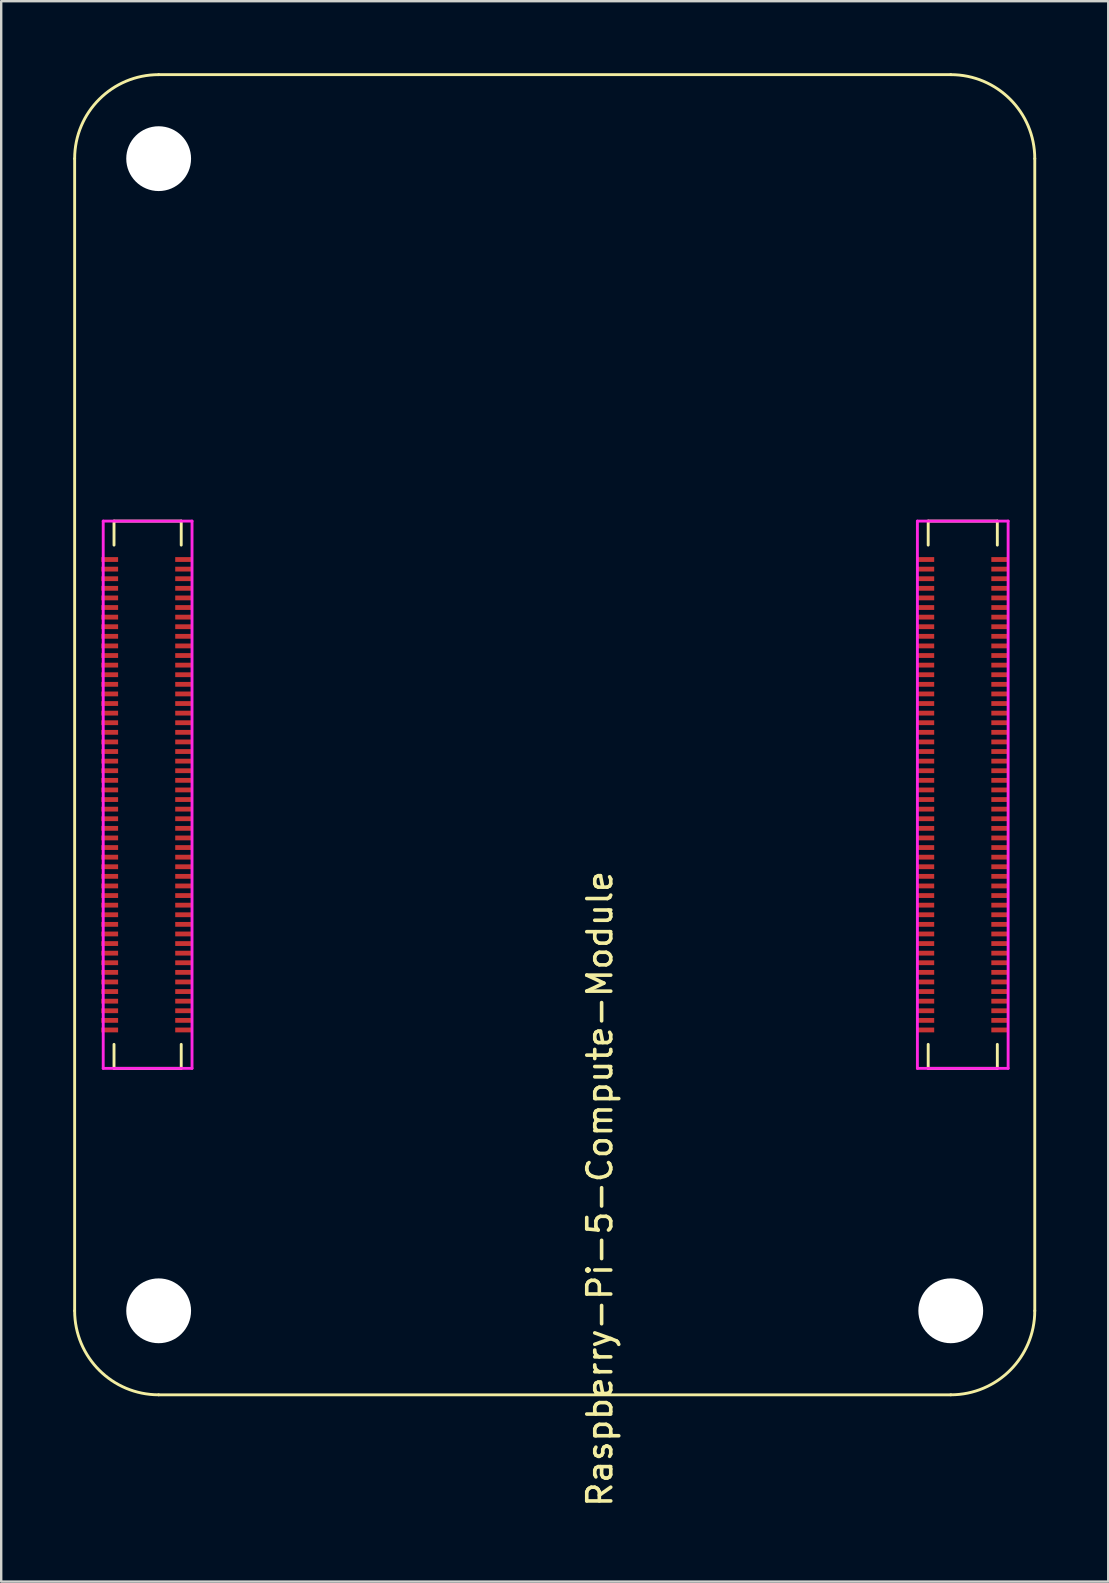
<source format=kicad_pcb>
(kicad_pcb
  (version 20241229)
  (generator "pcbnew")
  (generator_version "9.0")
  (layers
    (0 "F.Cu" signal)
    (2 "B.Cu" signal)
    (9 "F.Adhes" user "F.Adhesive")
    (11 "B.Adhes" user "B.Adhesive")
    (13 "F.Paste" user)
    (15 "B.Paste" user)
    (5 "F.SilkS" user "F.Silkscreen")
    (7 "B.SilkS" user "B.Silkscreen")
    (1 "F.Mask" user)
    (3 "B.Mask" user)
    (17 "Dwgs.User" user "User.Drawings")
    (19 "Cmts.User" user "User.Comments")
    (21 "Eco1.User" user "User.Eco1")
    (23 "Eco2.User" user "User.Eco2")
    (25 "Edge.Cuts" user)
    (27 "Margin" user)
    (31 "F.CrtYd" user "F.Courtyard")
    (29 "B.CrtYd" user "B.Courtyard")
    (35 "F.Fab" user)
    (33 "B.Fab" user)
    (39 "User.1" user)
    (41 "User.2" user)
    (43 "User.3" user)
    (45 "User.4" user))
  (footprint "Raspberry-Pi-5-Compute-Module"
    (layer "F.Cu")
    (at 3.56 51.56)
    (property "Reference" "Raspberry-Pi-5-Compute-Module" (at 18.38 -5.08 270) (layer "F.SilkS") (effects (font (size 1 1) (thickness 0.15))))
    (attr smd)
    (fp_line (start -3.5 -48) (end -3.5 0) (stroke (width 0.12) (type solid)) (layer "F.SilkS"))
    (fp_line (start -1.86 -32.9) (end -1.86 -31.9) (stroke (width 0.12) (type solid)) (layer "F.SilkS"))
    (fp_line (start -1.86 -32.9) (end 0.94 -32.9) (stroke (width 0.12) (type solid)) (layer "F.SilkS"))
    (fp_line (start -1.86 -10.1) (end -1.86 -11.1) (stroke (width 0.12) (type solid)) (layer "F.SilkS"))
    (fp_line (start -1.86 -10.1) (end 0.94 -10.1) (stroke (width 0.12) (type solid)) (layer "F.SilkS"))
    (fp_line (start 0 3.5) (end 33 3.5) (stroke (width 0.12) (type solid)) (layer "F.SilkS"))
    (fp_line (start 0.94 -32.9) (end 0.94 -31.9) (stroke (width 0.12) (type solid)) (layer "F.SilkS"))
    (fp_line (start 0.94 -10.1) (end 0.94 -11.1) (stroke (width 0.12) (type solid)) (layer "F.SilkS"))
    (fp_line (start 32.06 -32.9) (end 32.06 -31.9) (stroke (width 0.12) (type solid)) (layer "F.SilkS"))
    (fp_line (start 32.06 -32.9) (end 34.94 -32.9) (stroke (width 0.12) (type solid)) (layer "F.SilkS"))
    (fp_line (start 32.06 -10.1) (end 32.06 -11.1) (stroke (width 0.12) (type solid)) (layer "F.SilkS"))
    (fp_line (start 32.06 -10.1) (end 34.94 -10.1) (stroke (width 0.12) (type solid)) (layer "F.SilkS"))
    (fp_line (start 33 -51.5) (end 0 -51.5) (stroke (width 0.12) (type solid)) (layer "F.SilkS"))
    (fp_line (start 34.94 -32.9) (end 34.94 -31.9) (stroke (width 0.12) (type solid)) (layer "F.SilkS"))
    (fp_line (start 34.94 -10.1) (end 34.94 -11.1) (stroke (width 0.12) (type solid)) (layer "F.SilkS"))
    (fp_line (start 36.5 0) (end 36.5 -48) (stroke (width 0.12) (type solid)) (layer "F.SilkS"))
    (fp_arc (start -3.5 -48) (mid -2.474874 -50.474874) (end 0 -51.5) (stroke (width 0.12) (type solid)) (layer "F.SilkS"))
    (fp_arc (start 0 3.5) (mid -2.474874 2.474874) (end -3.5 0) (stroke (width 0.12) (type solid)) (layer "F.SilkS"))
    (fp_arc (start 33 -51.5) (mid 35.474874 -50.474874) (end 36.5 -48) (stroke (width 0.12) (type solid)) (layer "F.SilkS"))
    (fp_arc (start 36.5 0) (mid 35.474874 2.474874) (end 33 3.5) (stroke (width 0.12) (type solid)) (layer "F.SilkS"))
    (fp_line (start -2.31 -32.9) (end 1.39 -32.9) (stroke (width 0.12) (type solid)) (layer "F.CrtYd"))
    (fp_line (start -2.31 -10.1) (end -2.31 -32.9) (stroke (width 0.12) (type solid)) (layer "F.CrtYd"))
    (fp_line (start 1.39 -32.9) (end 1.39 -10.1) (stroke (width 0.12) (type solid)) (layer "F.CrtYd"))
    (fp_line (start 1.39 -10.1) (end -2.31 -10.1) (stroke (width 0.12) (type solid)) (layer "F.CrtYd"))
    (fp_line (start 31.61 -32.9) (end 35.39 -32.9) (stroke (width 0.12) (type solid)) (layer "F.CrtYd"))
    (fp_line (start 31.61 -10.1) (end 31.61 -32.9) (stroke (width 0.12) (type solid)) (layer "F.CrtYd"))
    (fp_line (start 35.39 -32.9) (end 35.39 -10.1) (stroke (width 0.12) (type solid)) (layer "F.CrtYd"))
    (fp_line (start 35.39 -10.1) (end 31.61 -10.1) (stroke (width 0.12) (type solid)) (layer "F.CrtYd"))
    (pad "" np_thru_hole circle (at -0.000001 -48) (size 2.7 2.7) (drill 2.7) (layers "*.Cu" "*.Mask"))
    (pad "" np_thru_hole circle (at 0 0) (size 2.7 2.7) (drill 2.7) (layers "*.Cu" "*.Mask"))
    (pad "" np_thru_hole circle (at 33 0) (size 2.7 2.7) (drill 2.7) (layers "*.Cu" "*.Mask"))
    (pad "1" smd rect (at -2.04 -31.3 270) (size 0.2 0.7) (layers "F.Cu" "F.Mask" "F.Paste"))
    (pad "2" smd rect (at 1.04 -31.3 270) (size 0.2 0.7) (layers "F.Cu" "F.Mask" "F.Paste"))
    (pad "3" smd rect (at -2.04 -30.9 270) (size 0.2 0.7) (layers "F.Cu" "F.Mask" "F.Paste"))
    (pad "4" smd rect (at 1.04 -30.9 270) (size 0.2 0.7) (layers "F.Cu" "F.Mask" "F.Paste"))
    (pad "5" smd rect (at -2.04 -30.5 270) (size 0.2 0.7) (layers "F.Cu" "F.Mask" "F.Paste"))
    (pad "6" smd rect (at 1.04 -30.5 270) (size 0.2 0.7) (layers "F.Cu" "F.Mask" "F.Paste"))
    (pad "7" smd rect (at -2.04 -30.1 270) (size 0.2 0.7) (layers "F.Cu" "F.Mask" "F.Paste"))
    (pad "8" smd rect (at 1.04 -30.1 270) (size 0.2 0.7) (layers "F.Cu" "F.Mask" "F.Paste"))
    (pad "9" smd rect (at -2.04 -29.7 270) (size 0.2 0.7) (layers "F.Cu" "F.Mask" "F.Paste"))
    (pad "10" smd rect (at 1.04 -29.7 270) (size 0.2 0.7) (layers "F.Cu" "F.Mask" "F.Paste"))
    (pad "11" smd rect (at -2.04 -29.3 270) (size 0.2 0.7) (layers "F.Cu" "F.Mask" "F.Paste"))
    (pad "12" smd rect (at 1.04 -29.3 270) (size 0.2 0.7) (layers "F.Cu" "F.Mask" "F.Paste"))
    (pad "13" smd rect (at -2.04 -28.9 270) (size 0.2 0.7) (layers "F.Cu" "F.Mask" "F.Paste"))
    (pad "14" smd rect (at 1.04 -28.9 270) (size 0.2 0.7) (layers "F.Cu" "F.Mask" "F.Paste"))
    (pad "15" smd rect (at -2.04 -28.5 270) (size 0.2 0.7) (layers "F.Cu" "F.Mask" "F.Paste"))
    (pad "16" smd rect (at 1.04 -28.5 270) (size 0.2 0.7) (layers "F.Cu" "F.Mask" "F.Paste"))
    (pad "17" smd rect (at -2.04 -28.1 270) (size 0.2 0.7) (layers "F.Cu" "F.Mask" "F.Paste"))
    (pad "18" smd rect (at 1.04 -28.1 270) (size 0.2 0.7) (layers "F.Cu" "F.Mask" "F.Paste"))
    (pad "19" smd rect (at -2.04 -27.7 270) (size 0.2 0.7) (layers "F.Cu" "F.Mask" "F.Paste"))
    (pad "20" smd rect (at 1.04 -27.7 270) (size 0.2 0.7) (layers "F.Cu" "F.Mask" "F.Paste"))
    (pad "21" smd rect (at -2.04 -27.3 270) (size 0.2 0.7) (layers "F.Cu" "F.Mask" "F.Paste"))
    (pad "22" smd rect (at 1.04 -27.3 270) (size 0.2 0.7) (layers "F.Cu" "F.Mask" "F.Paste"))
    (pad "23" smd rect (at -2.04 -26.9 270) (size 0.2 0.7) (layers "F.Cu" "F.Mask" "F.Paste"))
    (pad "24" smd rect (at 1.04 -26.9 270) (size 0.2 0.7) (layers "F.Cu" "F.Mask" "F.Paste"))
    (pad "25" smd rect (at -2.04 -26.5 270) (size 0.2 0.7) (layers "F.Cu" "F.Mask" "F.Paste"))
    (pad "26" smd rect (at 1.04 -26.5 270) (size 0.2 0.7) (layers "F.Cu" "F.Mask" "F.Paste"))
    (pad "27" smd rect (at -2.04 -26.1 270) (size 0.2 0.7) (layers "F.Cu" "F.Mask" "F.Paste"))
    (pad "28" smd rect (at 1.04 -26.1 270) (size 0.2 0.7) (layers "F.Cu" "F.Mask" "F.Paste"))
    (pad "29" smd rect (at -2.04 -25.7 270) (size 0.2 0.7) (layers "F.Cu" "F.Mask" "F.Paste"))
    (pad "30" smd rect (at 1.04 -25.7 270) (size 0.2 0.7) (layers "F.Cu" "F.Mask" "F.Paste"))
    (pad "31" smd rect (at -2.04 -25.3 270) (size 0.2 0.7) (layers "F.Cu" "F.Mask" "F.Paste"))
    (pad "32" smd rect (at 1.04 -25.3 270) (size 0.2 0.7) (layers "F.Cu" "F.Mask" "F.Paste"))
    (pad "33" smd rect (at -2.04 -24.9 270) (size 0.2 0.7) (layers "F.Cu" "F.Mask" "F.Paste"))
    (pad "34" smd rect (at 1.04 -24.9 270) (size 0.2 0.7) (layers "F.Cu" "F.Mask" "F.Paste"))
    (pad "35" smd rect (at -2.04 -24.5 270) (size 0.2 0.7) (layers "F.Cu" "F.Mask" "F.Paste"))
    (pad "36" smd rect (at 1.04 -24.5 270) (size 0.2 0.7) (layers "F.Cu" "F.Mask" "F.Paste"))
    (pad "37" smd rect (at -2.04 -24.1 270) (size 0.2 0.7) (layers "F.Cu" "F.Mask" "F.Paste"))
    (pad "38" smd rect (at 1.04 -24.1 270) (size 0.2 0.7) (layers "F.Cu" "F.Mask" "F.Paste"))
    (pad "39" smd rect (at -2.04 -23.7 270) (size 0.2 0.7) (layers "F.Cu" "F.Mask" "F.Paste"))
    (pad "40" smd rect (at 1.04 -23.7 270) (size 0.2 0.7) (layers "F.Cu" "F.Mask" "F.Paste"))
    (pad "41" smd rect (at -2.04 -23.3 270) (size 0.2 0.7) (layers "F.Cu" "F.Mask" "F.Paste"))
    (pad "42" smd rect (at 1.04 -23.3 270) (size 0.2 0.7) (layers "F.Cu" "F.Mask" "F.Paste"))
    (pad "43" smd rect (at -2.04 -22.9 270) (size 0.2 0.7) (layers "F.Cu" "F.Mask" "F.Paste"))
    (pad "44" smd rect (at 1.04 -22.9 270) (size 0.2 0.7) (layers "F.Cu" "F.Mask" "F.Paste"))
    (pad "45" smd rect (at -2.04 -22.5 270) (size 0.2 0.7) (layers "F.Cu" "F.Mask" "F.Paste"))
    (pad "46" smd rect (at 1.04 -22.5 270) (size 0.2 0.7) (layers "F.Cu" "F.Mask" "F.Paste"))
    (pad "47" smd rect (at -2.04 -22.1 270) (size 0.2 0.7) (layers "F.Cu" "F.Mask" "F.Paste"))
    (pad "48" smd rect (at 1.04 -22.1 270) (size 0.2 0.7) (layers "F.Cu" "F.Mask" "F.Paste"))
    (pad "49" smd rect (at -2.04 -21.7 270) (size 0.2 0.7) (layers "F.Cu" "F.Mask" "F.Paste"))
    (pad "50" smd rect (at 1.04 -21.7 270) (size 0.2 0.7) (layers "F.Cu" "F.Mask" "F.Paste"))
    (pad "51" smd rect (at -2.04 -21.3 270) (size 0.2 0.7) (layers "F.Cu" "F.Mask" "F.Paste"))
    (pad "52" smd rect (at 1.04 -21.3 270) (size 0.2 0.7) (layers "F.Cu" "F.Mask" "F.Paste"))
    (pad "53" smd rect (at -2.04 -20.9 270) (size 0.2 0.7) (layers "F.Cu" "F.Mask" "F.Paste"))
    (pad "54" smd rect (at 1.04 -20.9 270) (size 0.2 0.7) (layers "F.Cu" "F.Mask" "F.Paste"))
    (pad "55" smd rect (at -2.04 -20.5 270) (size 0.2 0.7) (layers "F.Cu" "F.Mask" "F.Paste"))
    (pad "56" smd rect (at 1.04 -20.5 270) (size 0.2 0.7) (layers "F.Cu" "F.Mask" "F.Paste"))
    (pad "57" smd rect (at -2.04 -20.1 270) (size 0.2 0.7) (layers "F.Cu" "F.Mask" "F.Paste"))
    (pad "58" smd rect (at 1.04 -20.1 270) (size 0.2 0.7) (layers "F.Cu" "F.Mask" "F.Paste"))
    (pad "59" smd rect (at -2.04 -19.7 270) (size 0.2 0.7) (layers "F.Cu" "F.Mask" "F.Paste"))
    (pad "60" smd rect (at 1.04 -19.7 270) (size 0.2 0.7) (layers "F.Cu" "F.Mask" "F.Paste"))
    (pad "61" smd rect (at -2.04 -19.3 270) (size 0.2 0.7) (layers "F.Cu" "F.Mask" "F.Paste"))
    (pad "62" smd rect (at 1.04 -19.3 270) (size 0.2 0.7) (layers "F.Cu" "F.Mask" "F.Paste"))
    (pad "63" smd rect (at -2.04 -18.9 270) (size 0.2 0.7) (layers "F.Cu" "F.Mask" "F.Paste"))
    (pad "64" smd rect (at 1.04 -18.9 270) (size 0.2 0.7) (layers "F.Cu" "F.Mask" "F.Paste"))
    (pad "65" smd rect (at -2.04 -18.5 270) (size 0.2 0.7) (layers "F.Cu" "F.Mask" "F.Paste"))
    (pad "66" smd rect (at 1.04 -18.5 270) (size 0.2 0.7) (layers "F.Cu" "F.Mask" "F.Paste"))
    (pad "67" smd rect (at -2.04 -18.1 270) (size 0.2 0.7) (layers "F.Cu" "F.Mask" "F.Paste"))
    (pad "68" smd rect (at 1.04 -18.1 270) (size 0.2 0.7) (layers "F.Cu" "F.Mask" "F.Paste"))
    (pad "69" smd rect (at -2.04 -17.7 270) (size 0.2 0.7) (layers "F.Cu" "F.Mask" "F.Paste"))
    (pad "70" smd rect (at 1.04 -17.7 270) (size 0.2 0.7) (layers "F.Cu" "F.Mask" "F.Paste"))
    (pad "71" smd rect (at -2.04 -17.3 270) (size 0.2 0.7) (layers "F.Cu" "F.Mask" "F.Paste"))
    (pad "72" smd rect (at 1.04 -17.3 270) (size 0.2 0.7) (layers "F.Cu" "F.Mask" "F.Paste"))
    (pad "73" smd rect (at -2.04 -16.9 270) (size 0.2 0.7) (layers "F.Cu" "F.Mask" "F.Paste"))
    (pad "74" smd rect (at 1.04 -16.9 270) (size 0.2 0.7) (layers "F.Cu" "F.Mask" "F.Paste"))
    (pad "75" smd rect (at -2.04 -16.5 270) (size 0.2 0.7) (layers "F.Cu" "F.Mask" "F.Paste"))
    (pad "76" smd rect (at 1.04 -16.5 270) (size 0.2 0.7) (layers "F.Cu" "F.Mask" "F.Paste"))
    (pad "77" smd rect (at -2.04 -16.1 270) (size 0.2 0.7) (layers "F.Cu" "F.Mask" "F.Paste"))
    (pad "78" smd rect (at 1.04 -16.1 270) (size 0.2 0.7) (layers "F.Cu" "F.Mask" "F.Paste"))
    (pad "79" smd rect (at -2.04 -15.7 270) (size 0.2 0.7) (layers "F.Cu" "F.Mask" "F.Paste"))
    (pad "80" smd rect (at 1.04 -15.7 270) (size 0.2 0.7) (layers "F.Cu" "F.Mask" "F.Paste"))
    (pad "81" smd rect (at -2.04 -15.3 270) (size 0.2 0.7) (layers "F.Cu" "F.Mask" "F.Paste"))
    (pad "82" smd rect (at 1.04 -15.3 270) (size 0.2 0.7) (layers "F.Cu" "F.Mask" "F.Paste"))
    (pad "83" smd rect (at -2.04 -14.9 270) (size 0.2 0.7) (layers "F.Cu" "F.Mask" "F.Paste"))
    (pad "84" smd rect (at 1.04 -14.9 270) (size 0.2 0.7) (layers "F.Cu" "F.Mask" "F.Paste"))
    (pad "85" smd rect (at -2.04 -14.5 270) (size 0.2 0.7) (layers "F.Cu" "F.Mask" "F.Paste"))
    (pad "86" smd rect (at 1.04 -14.5 270) (size 0.2 0.7) (layers "F.Cu" "F.Mask" "F.Paste"))
    (pad "87" smd rect (at -2.04 -14.1 270) (size 0.2 0.7) (layers "F.Cu" "F.Mask" "F.Paste"))
    (pad "88" smd rect (at 1.04 -14.1 270) (size 0.2 0.7) (layers "F.Cu" "F.Mask" "F.Paste"))
    (pad "89" smd rect (at -2.04 -13.7 270) (size 0.2 0.7) (layers "F.Cu" "F.Mask" "F.Paste"))
    (pad "90" smd rect (at 1.04 -13.7 270) (size 0.2 0.7) (layers "F.Cu" "F.Mask" "F.Paste"))
    (pad "91" smd rect (at -2.04 -13.3 270) (size 0.2 0.7) (layers "F.Cu" "F.Mask" "F.Paste"))
    (pad "92" smd rect (at 1.04 -13.3 270) (size 0.2 0.7) (layers "F.Cu" "F.Mask" "F.Paste"))
    (pad "93" smd rect (at -2.04 -12.9 270) (size 0.2 0.7) (layers "F.Cu" "F.Mask" "F.Paste"))
    (pad "94" smd rect (at 1.04 -12.9 270) (size 0.2 0.7) (layers "F.Cu" "F.Mask" "F.Paste"))
    (pad "95" smd rect (at -2.04 -12.5 270) (size 0.2 0.7) (layers "F.Cu" "F.Mask" "F.Paste"))
    (pad "96" smd rect (at 1.04 -12.5 270) (size 0.2 0.7) (layers "F.Cu" "F.Mask" "F.Paste"))
    (pad "97" smd rect (at -2.04 -12.1 270) (size 0.2 0.7) (layers "F.Cu" "F.Mask" "F.Paste"))
    (pad "98" smd rect (at 1.04 -12.1 270) (size 0.2 0.7) (layers "F.Cu" "F.Mask" "F.Paste"))
    (pad "99" smd rect (at -2.04 -11.7 270) (size 0.2 0.7) (layers "F.Cu" "F.Mask" "F.Paste"))
    (pad "100" smd rect (at 1.04 -11.7 270) (size 0.2 0.7) (layers "F.Cu" "F.Mask" "F.Paste"))
    (pad "101" smd rect (at 31.96 -31.3 270) (size 0.2 0.7) (layers "F.Cu" "F.Mask" "F.Paste"))
    (pad "102" smd rect (at 35.04 -31.3 270) (size 0.2 0.7) (layers "F.Cu" "F.Mask" "F.Paste"))
    (pad "103" smd rect (at 31.96 -30.9 270) (size 0.2 0.7) (layers "F.Cu" "F.Mask" "F.Paste"))
    (pad "104" smd rect (at 35.04 -30.9 270) (size 0.2 0.7) (layers "F.Cu" "F.Mask" "F.Paste"))
    (pad "105" smd rect (at 31.96 -30.5 270) (size 0.2 0.7) (layers "F.Cu" "F.Mask" "F.Paste"))
    (pad "106" smd rect (at 35.04 -30.5 270) (size 0.2 0.7) (layers "F.Cu" "F.Mask" "F.Paste"))
    (pad "107" smd rect (at 31.96 -30.1 270) (size 0.2 0.7) (layers "F.Cu" "F.Mask" "F.Paste"))
    (pad "108" smd rect (at 35.04 -30.1 270) (size 0.2 0.7) (layers "F.Cu" "F.Mask" "F.Paste"))
    (pad "109" smd rect (at 31.96 -29.7 270) (size 0.2 0.7) (layers "F.Cu" "F.Mask" "F.Paste"))
    (pad "110" smd rect (at 35.04 -29.7 270) (size 0.2 0.7) (layers "F.Cu" "F.Mask" "F.Paste"))
    (pad "111" smd rect (at 31.96 -29.3 270) (size 0.2 0.7) (layers "F.Cu" "F.Mask" "F.Paste"))
    (pad "112" smd rect (at 35.04 -29.3 270) (size 0.2 0.7) (layers "F.Cu" "F.Mask" "F.Paste"))
    (pad "113" smd rect (at 31.96 -28.9 270) (size 0.2 0.7) (layers "F.Cu" "F.Mask" "F.Paste"))
    (pad "114" smd rect (at 35.04 -28.9 270) (size 0.2 0.7) (layers "F.Cu" "F.Mask" "F.Paste"))
    (pad "115" smd rect (at 31.96 -28.5 270) (size 0.2 0.7) (layers "F.Cu" "F.Mask" "F.Paste"))
    (pad "116" smd rect (at 35.04 -28.5 270) (size 0.2 0.7) (layers "F.Cu" "F.Mask" "F.Paste"))
    (pad "117" smd rect (at 31.96 -28.1 270) (size 0.2 0.7) (layers "F.Cu" "F.Mask" "F.Paste"))
    (pad "118" smd rect (at 35.04 -28.1 270) (size 0.2 0.7) (layers "F.Cu" "F.Mask" "F.Paste"))
    (pad "119" smd rect (at 31.96 -27.7 270) (size 0.2 0.7) (layers "F.Cu" "F.Mask" "F.Paste"))
    (pad "120" smd rect (at 35.04 -27.7 270) (size 0.2 0.7) (layers "F.Cu" "F.Mask" "F.Paste"))
    (pad "121" smd rect (at 31.96 -27.3 270) (size 0.2 0.7) (layers "F.Cu" "F.Mask" "F.Paste"))
    (pad "122" smd rect (at 35.04 -27.3 270) (size 0.2 0.7) (layers "F.Cu" "F.Mask" "F.Paste"))
    (pad "123" smd rect (at 31.96 -26.9 270) (size 0.2 0.7) (layers "F.Cu" "F.Mask" "F.Paste"))
    (pad "124" smd rect (at 35.04 -26.9 270) (size 0.2 0.7) (layers "F.Cu" "F.Mask" "F.Paste"))
    (pad "125" smd rect (at 31.96 -26.5 270) (size 0.2 0.7) (layers "F.Cu" "F.Mask" "F.Paste"))
    (pad "126" smd rect (at 35.04 -26.5 270) (size 0.2 0.7) (layers "F.Cu" "F.Mask" "F.Paste"))
    (pad "127" smd rect (at 31.96 -26.1 270) (size 0.2 0.7) (layers "F.Cu" "F.Mask" "F.Paste"))
    (pad "128" smd rect (at 35.04 -26.1 270) (size 0.2 0.7) (layers "F.Cu" "F.Mask" "F.Paste"))
    (pad "129" smd rect (at 31.96 -25.7 270) (size 0.2 0.7) (layers "F.Cu" "F.Mask" "F.Paste"))
    (pad "130" smd rect (at 35.04 -25.7 270) (size 0.2 0.7) (layers "F.Cu" "F.Mask" "F.Paste"))
    (pad "131" smd rect (at 31.96 -25.3 270) (size 0.2 0.7) (layers "F.Cu" "F.Mask" "F.Paste"))
    (pad "132" smd rect (at 35.04 -25.3 270) (size 0.2 0.7) (layers "F.Cu" "F.Mask" "F.Paste"))
    (pad "133" smd rect (at 31.96 -24.9 270) (size 0.2 0.7) (layers "F.Cu" "F.Mask" "F.Paste"))
    (pad "134" smd rect (at 35.04 -24.9 270) (size 0.2 0.7) (layers "F.Cu" "F.Mask" "F.Paste"))
    (pad "135" smd rect (at 31.96 -24.5 270) (size 0.2 0.7) (layers "F.Cu" "F.Mask" "F.Paste"))
    (pad "136" smd rect (at 35.04 -24.5 270) (size 0.2 0.7) (layers "F.Cu" "F.Mask" "F.Paste"))
    (pad "137" smd rect (at 31.96 -24.1 270) (size 0.2 0.7) (layers "F.Cu" "F.Mask" "F.Paste"))
    (pad "138" smd rect (at 35.04 -24.1 270) (size 0.2 0.7) (layers "F.Cu" "F.Mask" "F.Paste"))
    (pad "139" smd rect (at 31.96 -23.7 270) (size 0.2 0.7) (layers "F.Cu" "F.Mask" "F.Paste"))
    (pad "140" smd rect (at 35.04 -23.7 270) (size 0.2 0.7) (layers "F.Cu" "F.Mask" "F.Paste"))
    (pad "141" smd rect (at 31.96 -23.3 270) (size 0.2 0.7) (layers "F.Cu" "F.Mask" "F.Paste"))
    (pad "142" smd rect (at 35.04 -23.3 270) (size 0.2 0.7) (layers "F.Cu" "F.Mask" "F.Paste"))
    (pad "143" smd rect (at 31.96 -22.9 270) (size 0.2 0.7) (layers "F.Cu" "F.Mask" "F.Paste"))
    (pad "144" smd rect (at 35.04 -22.9 270) (size 0.2 0.7) (layers "F.Cu" "F.Mask" "F.Paste"))
    (pad "145" smd rect (at 31.96 -22.5 270) (size 0.2 0.7) (layers "F.Cu" "F.Mask" "F.Paste"))
    (pad "146" smd rect (at 35.04 -22.5 270) (size 0.2 0.7) (layers "F.Cu" "F.Mask" "F.Paste"))
    (pad "147" smd rect (at 31.96 -22.1 270) (size 0.2 0.7) (layers "F.Cu" "F.Mask" "F.Paste"))
    (pad "148" smd rect (at 35.04 -22.1 270) (size 0.2 0.7) (layers "F.Cu" "F.Mask" "F.Paste"))
    (pad "149" smd rect (at 31.96 -21.7 270) (size 0.2 0.7) (layers "F.Cu" "F.Mask" "F.Paste"))
    (pad "150" smd rect (at 35.04 -21.7 270) (size 0.2 0.7) (layers "F.Cu" "F.Mask" "F.Paste"))
    (pad "151" smd rect (at 31.96 -21.3 270) (size 0.2 0.7) (layers "F.Cu" "F.Mask" "F.Paste"))
    (pad "152" smd rect (at 35.04 -21.3 270) (size 0.2 0.7) (layers "F.Cu" "F.Mask" "F.Paste"))
    (pad "153" smd rect (at 31.96 -20.9 270) (size 0.2 0.7) (layers "F.Cu" "F.Mask" "F.Paste"))
    (pad "154" smd rect (at 35.04 -20.9 270) (size 0.2 0.7) (layers "F.Cu" "F.Mask" "F.Paste"))
    (pad "155" smd rect (at 31.96 -20.5 270) (size 0.2 0.7) (layers "F.Cu" "F.Mask" "F.Paste"))
    (pad "156" smd rect (at 35.04 -20.5 270) (size 0.2 0.7) (layers "F.Cu" "F.Mask" "F.Paste"))
    (pad "157" smd rect (at 31.96 -20.1 270) (size 0.2 0.7) (layers "F.Cu" "F.Mask" "F.Paste"))
    (pad "158" smd rect (at 35.04 -20.1 270) (size 0.2 0.7) (layers "F.Cu" "F.Mask" "F.Paste"))
    (pad "159" smd rect (at 31.96 -19.7 270) (size 0.2 0.7) (layers "F.Cu" "F.Mask" "F.Paste"))
    (pad "160" smd rect (at 35.04 -19.7 270) (size 0.2 0.7) (layers "F.Cu" "F.Mask" "F.Paste"))
    (pad "161" smd rect (at 31.96 -19.3 270) (size 0.2 0.7) (layers "F.Cu" "F.Mask" "F.Paste"))
    (pad "162" smd rect (at 35.04 -19.3 270) (size 0.2 0.7) (layers "F.Cu" "F.Mask" "F.Paste"))
    (pad "163" smd rect (at 31.96 -18.9 270) (size 0.2 0.7) (layers "F.Cu" "F.Mask" "F.Paste"))
    (pad "164" smd rect (at 35.04 -18.9 270) (size 0.2 0.7) (layers "F.Cu" "F.Mask" "F.Paste"))
    (pad "165" smd rect (at 31.96 -18.5 270) (size 0.2 0.7) (layers "F.Cu" "F.Mask" "F.Paste"))
    (pad "166" smd rect (at 35.04 -18.5 270) (size 0.2 0.7) (layers "F.Cu" "F.Mask" "F.Paste"))
    (pad "167" smd rect (at 31.96 -18.1 270) (size 0.2 0.7) (layers "F.Cu" "F.Mask" "F.Paste"))
    (pad "168" smd rect (at 35.04 -18.1 270) (size 0.2 0.7) (layers "F.Cu" "F.Mask" "F.Paste"))
    (pad "169" smd rect (at 31.96 -17.7 270) (size 0.2 0.7) (layers "F.Cu" "F.Mask" "F.Paste"))
    (pad "170" smd rect (at 35.04 -17.7 270) (size 0.2 0.7) (layers "F.Cu" "F.Mask" "F.Paste"))
    (pad "171" smd rect (at 31.96 -17.3 270) (size 0.2 0.7) (layers "F.Cu" "F.Mask" "F.Paste"))
    (pad "172" smd rect (at 35.04 -17.3 270) (size 0.2 0.7) (layers "F.Cu" "F.Mask" "F.Paste"))
    (pad "173" smd rect (at 31.96 -16.9 270) (size 0.2 0.7) (layers "F.Cu" "F.Mask" "F.Paste"))
    (pad "174" smd rect (at 35.04 -16.9 270) (size 0.2 0.7) (layers "F.Cu" "F.Mask" "F.Paste"))
    (pad "175" smd rect (at 31.96 -16.5 270) (size 0.2 0.7) (layers "F.Cu" "F.Mask" "F.Paste"))
    (pad "176" smd rect (at 35.04 -16.5 270) (size 0.2 0.7) (layers "F.Cu" "F.Mask" "F.Paste"))
    (pad "177" smd rect (at 31.96 -16.1 270) (size 0.2 0.7) (layers "F.Cu" "F.Mask" "F.Paste"))
    (pad "178" smd rect (at 35.04 -16.1 270) (size 0.2 0.7) (layers "F.Cu" "F.Mask" "F.Paste"))
    (pad "179" smd rect (at 31.96 -15.7 270) (size 0.2 0.7) (layers "F.Cu" "F.Mask" "F.Paste"))
    (pad "180" smd rect (at 35.04 -15.7 270) (size 0.2 0.7) (layers "F.Cu" "F.Mask" "F.Paste"))
    (pad "181" smd rect (at 31.96 -15.3 270) (size 0.2 0.7) (layers "F.Cu" "F.Mask" "F.Paste"))
    (pad "182" smd rect (at 35.04 -15.3 270) (size 0.2 0.7) (layers "F.Cu" "F.Mask" "F.Paste"))
    (pad "183" smd rect (at 31.96 -14.9 270) (size 0.2 0.7) (layers "F.Cu" "F.Mask" "F.Paste"))
    (pad "184" smd rect (at 35.04 -14.9 270) (size 0.2 0.7) (layers "F.Cu" "F.Mask" "F.Paste"))
    (pad "185" smd rect (at 31.96 -14.5 270) (size 0.2 0.7) (layers "F.Cu" "F.Mask" "F.Paste"))
    (pad "186" smd rect (at 35.04 -14.5 270) (size 0.2 0.7) (layers "F.Cu" "F.Mask" "F.Paste"))
    (pad "187" smd rect (at 31.96 -14.1 270) (size 0.2 0.7) (layers "F.Cu" "F.Mask" "F.Paste"))
    (pad "188" smd rect (at 35.04 -14.1 270) (size 0.2 0.7) (layers "F.Cu" "F.Mask" "F.Paste"))
    (pad "189" smd rect (at 31.96 -13.7 270) (size 0.2 0.7) (layers "F.Cu" "F.Mask" "F.Paste"))
    (pad "190" smd rect (at 35.04 -13.7 270) (size 0.2 0.7) (layers "F.Cu" "F.Mask" "F.Paste"))
    (pad "191" smd rect (at 31.96 -13.3 270) (size 0.2 0.7) (layers "F.Cu" "F.Mask" "F.Paste"))
    (pad "192" smd rect (at 35.04 -13.3 270) (size 0.2 0.7) (layers "F.Cu" "F.Mask" "F.Paste"))
    (pad "193" smd rect (at 31.96 -12.9 270) (size 0.2 0.7) (layers "F.Cu" "F.Mask" "F.Paste"))
    (pad "194" smd rect (at 35.04 -12.9 270) (size 0.2 0.7) (layers "F.Cu" "F.Mask" "F.Paste"))
    (pad "195" smd rect (at 31.96 -12.5 270) (size 0.2 0.7) (layers "F.Cu" "F.Mask" "F.Paste"))
    (pad "196" smd rect (at 35.04 -12.5 270) (size 0.2 0.7) (layers "F.Cu" "F.Mask" "F.Paste"))
    (pad "197" smd rect (at 31.96 -12.1 270) (size 0.2 0.7) (layers "F.Cu" "F.Mask" "F.Paste"))
    (pad "198" smd rect (at 35.04 -12.1 270) (size 0.2 0.7) (layers "F.Cu" "F.Mask" "F.Paste"))
    (pad "199" smd rect (at 31.96 -11.7 270) (size 0.2 0.7) (layers "F.Cu" "F.Mask" "F.Paste"))
    (pad "200" smd rect (at 35.04 -11.7 270) (size 0.2 0.7) (layers "F.Cu" "F.Mask" "F.Paste")))
  (gr_rect
    (start -3 -3)
    (end 43.12 62.843)
    (stroke (width 0.1) (type default))
    (fill no)
    (layer "Edge.Cuts")))
</source>
